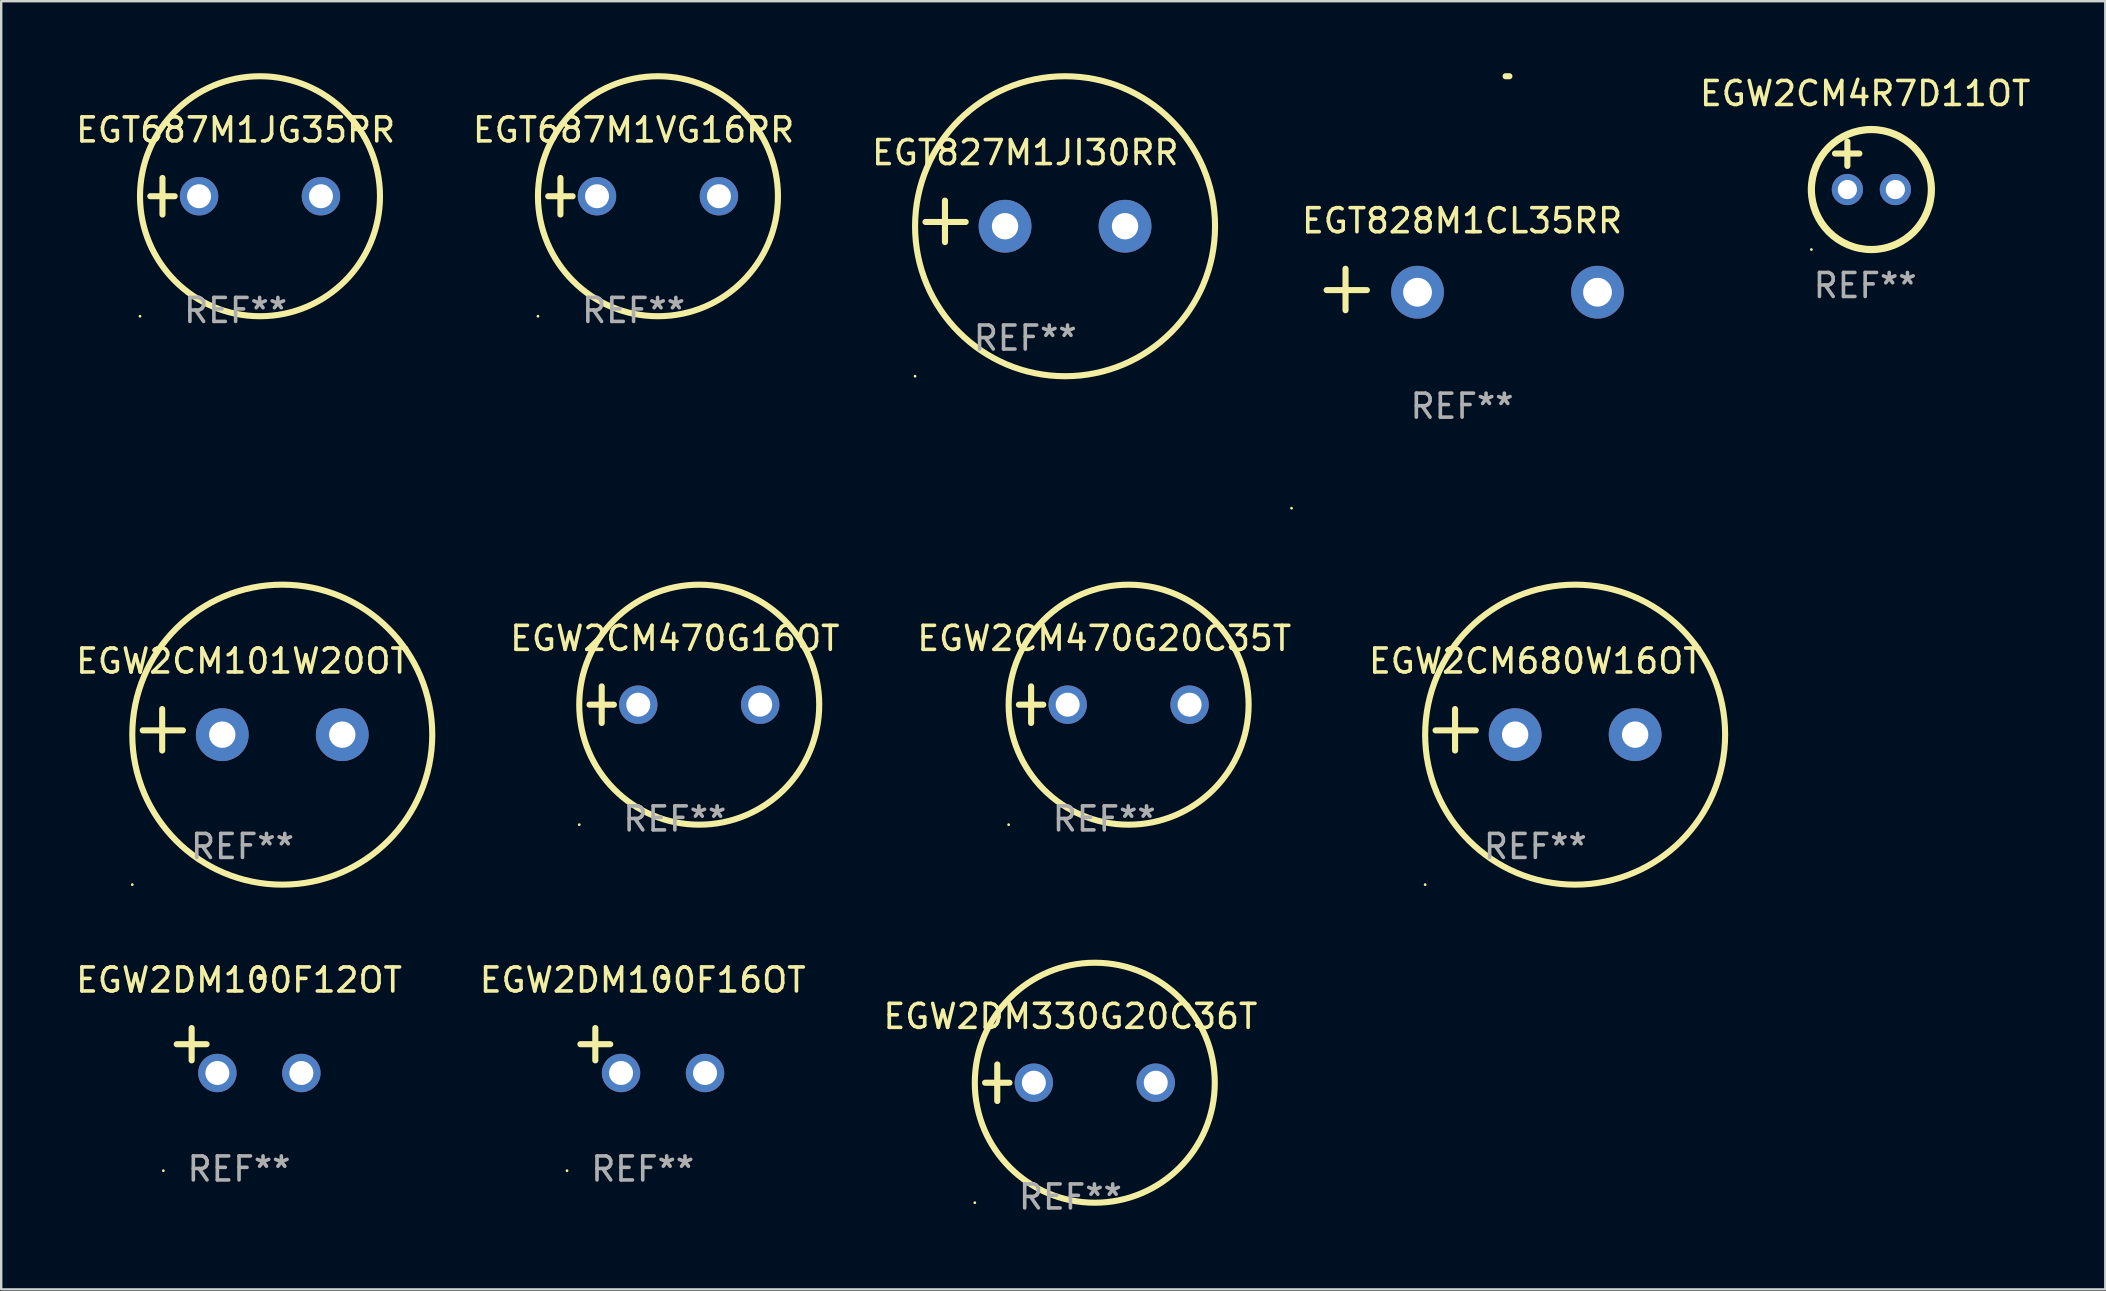
<source format=kicad_pcb>
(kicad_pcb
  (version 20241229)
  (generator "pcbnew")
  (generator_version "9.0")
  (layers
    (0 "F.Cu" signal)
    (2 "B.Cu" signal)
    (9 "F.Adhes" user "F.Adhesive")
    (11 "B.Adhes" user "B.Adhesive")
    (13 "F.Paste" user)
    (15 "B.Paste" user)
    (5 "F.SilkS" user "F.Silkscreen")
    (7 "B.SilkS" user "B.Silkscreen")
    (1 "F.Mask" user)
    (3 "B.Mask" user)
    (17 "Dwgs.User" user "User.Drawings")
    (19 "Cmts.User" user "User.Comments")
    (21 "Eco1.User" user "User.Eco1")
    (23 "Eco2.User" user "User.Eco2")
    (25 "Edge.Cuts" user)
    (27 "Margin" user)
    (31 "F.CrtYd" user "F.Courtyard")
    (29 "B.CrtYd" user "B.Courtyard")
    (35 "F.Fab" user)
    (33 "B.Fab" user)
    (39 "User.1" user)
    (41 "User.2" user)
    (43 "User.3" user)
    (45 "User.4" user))
  (footprint "EGW2CM4R7D11OT"
    (layer "F.Cu")
    (at 74.672 3.848)
    (property "Reference" "EGW2CM4R7D11OT" (at 0 -3 0) (layer "F.SilkS") (effects (font (size 1 1) (thickness 0.15))))
    (attr through_hole)
    (fp_line (start -1.258 -0.5) (end -0.242 -0.5) (stroke (width 0.254) (type solid)) (layer "F.SilkS"))
    (fp_line (start -0.742 -1) (end -0.742 0.016) (stroke (width 0.254) (type solid)) (layer "F.SilkS"))
    (fp_circle (center -2.242 3.5) (end -2.212 3.5) (stroke (width 0.06) (type solid)) (fill no) (layer "F.SilkS"))
    (fp_circle (center 0.258 1) (end 2.758 1) (stroke (width 0.3) (type solid)) (fill no) (layer "F.SilkS"))
    (fp_text user "REF**" (at 0 5 0) (layer "F.Fab") (effects (font (size 1 1) (thickness 0.15))))
    (pad "1" thru_hole circle (at -0.742 1) (size 1.3 1.3) (drill 0.8) (layers "*.Cu" "*.Mask"))
    (pad "2" thru_hole circle (at 1.258 1) (size 1.3 1.3) (drill 0.8) (layers "*.Cu" "*.Mask")))
  (footprint "EGW2CM101W20OT"
    (layer "F.Cu")
    (at 7.054 27.36)
    (property "Reference" "EGW2CM101W20OT" (at 0 -2.864 0) (layer "F.SilkS") (effects (font (size 1 1) (thickness 0.15))))
    (attr through_hole)
    (fp_line (start -3.346 0.864) (end -3.346 -0.864) (stroke (width 0.254) (type solid)) (layer "F.SilkS"))
    (fp_line (start -2.482 0.025) (end -4.158 0.025) (stroke (width 0.254) (type solid)) (layer "F.SilkS"))
    (fp_circle (center -4.592 6.453) (end -4.562 6.453) (stroke (width 0.06) (type solid)) (fill no) (layer "F.SilkS"))
    (fp_circle (center 1.658 0.203) (end 7.908 0.203) (stroke (width 0.254) (type solid)) (fill no) (layer "F.SilkS"))
    (fp_text user "REF**" (at 0 4.864 0) (layer "F.Fab") (effects (font (size 1 1) (thickness 0.15))))
    (pad "1" thru_hole circle (at -0.842 0.203) (size 2.2 2.2) (drill 1.1) (layers "*.Cu" "*.Mask"))
    (pad "2" thru_hole circle (at 4.158 0.203) (size 2.2 2.2) (drill 1.1) (layers "*.Cu" "*.Mask")))
  (footprint "EGW2DM100F16OT"
    (layer "F.Cu")
    (at 23.732 40.725)
    (property "Reference" "EGW2DM100F16OT" (at 0 -2.937 0) (layer "F.SilkS") (effects (font (size 1 1) (thickness 0.15))))
    (attr through_hole)
    (fp_line (start -1.975 0.41) (end -1.975 -0.937) (stroke (width 0.254) (type solid)) (layer "F.SilkS"))
    (fp_line (start -1.353 -0.263) (end -2.597 -0.263) (stroke (width 0.254) (type solid)) (layer "F.SilkS"))
    (fp_arc (start 0.849809 -3.063957) (mid 0.885369 -3.064114) (end 0.920929 -3.063957) (stroke (width 0.254001) (type solid)) (layer "F.SilkS"))
    (fp_circle (center -3.154 5.008) (end -3.124 5.008) (stroke (width 0.06) (type solid)) (fill no) (layer "F.SilkS"))
    (fp_text user "REF**" (at 0 4.937 0) (layer "F.Fab") (effects (font (size 1 1) (thickness 0.15))))
    (pad "1" thru_hole circle (at -0.903 0.937) (size 1.6 1.6) (drill 1) (layers "*.Cu" "*.Mask"))
    (pad "2" thru_hole circle (at 2.597 0.937) (size 1.6 1.6) (drill 1) (layers "*.Cu" "*.Mask")))
  (footprint "EGW2CM680W16OT"
    (layer "F.Cu")
    (at 60.928 27.36)
    (property "Reference" "EGW2CM680W16OT" (at 0 -2.864 0) (layer "F.SilkS") (effects (font (size 1 1) (thickness 0.15))))
    (attr through_hole)
    (fp_line (start -3.346 0.864) (end -3.346 -0.864) (stroke (width 0.254) (type solid)) (layer "F.SilkS"))
    (fp_line (start -2.482 0.025) (end -4.158 0.025) (stroke (width 0.254) (type solid)) (layer "F.SilkS"))
    (fp_circle (center -4.592 6.453) (end -4.562 6.453) (stroke (width 0.06) (type solid)) (fill no) (layer "F.SilkS"))
    (fp_circle (center 1.658 0.203) (end 7.908 0.203) (stroke (width 0.254) (type solid)) (fill no) (layer "F.SilkS"))
    (fp_text user "REF**" (at 0 4.864 0) (layer "F.Fab") (effects (font (size 1 1) (thickness 0.15))))
    (pad "1" thru_hole circle (at -0.842 0.203) (size 2.2 2.2) (drill 1.1) (layers "*.Cu" "*.Mask"))
    (pad "2" thru_hole circle (at 4.158 0.203) (size 2.2 2.2) (drill 1.1) (layers "*.Cu" "*.Mask")))
  (footprint "EGT687M1VG16RR"
    (layer "F.Cu")
    (at 23.351 5.127)
    (property "Reference" "EGT687M1VG16RR" (at 0 -2.762 0) (layer "F.SilkS") (effects (font (size 1 1) (thickness 0.15))))
    (attr through_hole)
    (fp_line (start -3.556 0) (end -2.54 0) (stroke (width 0.254) (type solid)) (layer "F.SilkS"))
    (fp_line (start -3.048 -0.762) (end -3.048 0.762) (stroke (width 0.254) (type solid)) (layer "F.SilkS"))
    (fp_circle (center -3.984 5) (end -3.954 5) (stroke (width 0.06) (type solid)) (fill no) (layer "F.SilkS"))
    (fp_circle (center 1.016 0) (end 6.016 0) (stroke (width 0.254) (type solid)) (fill no) (layer "F.SilkS"))
    (fp_text user "REF**" (at 0 4.762 0) (layer "F.Fab") (effects (font (size 1 1) (thickness 0.15))))
    (pad "1" thru_hole circle (at -1.524 0) (size 1.6 1.6) (drill 1) (layers "*.Cu" "*.Mask"))
    (pad "2" thru_hole circle (at 3.556 0) (size 1.6 1.6) (drill 1) (layers "*.Cu" "*.Mask")))
  (footprint "EGW2DM330G20C36T"
    (layer "F.Cu")
    (at 41.554 42.067)
    (property "Reference" "EGW2DM330G20C36T" (at 0 -2.762 0) (layer "F.SilkS") (effects (font (size 1 1) (thickness 0.15))))
    (attr through_hole)
    (fp_line (start -3.556 0) (end -2.54 0) (stroke (width 0.254) (type solid)) (layer "F.SilkS"))
    (fp_line (start -3.048 -0.762) (end -3.048 0.762) (stroke (width 0.254) (type solid)) (layer "F.SilkS"))
    (fp_circle (center -3.984 5) (end -3.954 5) (stroke (width 0.06) (type solid)) (fill no) (layer "F.SilkS"))
    (fp_circle (center 1.016 0) (end 6.016 0) (stroke (width 0.254) (type solid)) (fill no) (layer "F.SilkS"))
    (fp_text user "REF**" (at 0 4.762 0) (layer "F.Fab") (effects (font (size 1 1) (thickness 0.15))))
    (pad "1" thru_hole circle (at -1.524 0) (size 1.6 1.6) (drill 1) (layers "*.Cu" "*.Mask"))
    (pad "2" thru_hole circle (at 3.556 0) (size 1.6 1.6) (drill 1) (layers "*.Cu" "*.Mask")))
  (footprint "EGW2CM470G16OT"
    (layer "F.Cu")
    (at 25.071 26.314)
    (property "Reference" "EGW2CM470G16OT" (at 0 -2.762 0) (layer "F.SilkS") (effects (font (size 1 1) (thickness 0.15))))
    (attr through_hole)
    (fp_line (start -3.556 0) (end -2.54 0) (stroke (width 0.254) (type solid)) (layer "F.SilkS"))
    (fp_line (start -3.048 -0.762) (end -3.048 0.762) (stroke (width 0.254) (type solid)) (layer "F.SilkS"))
    (fp_circle (center -3.984 5) (end -3.954 5) (stroke (width 0.06) (type solid)) (fill no) (layer "F.SilkS"))
    (fp_circle (center 1.016 0) (end 6.016 0) (stroke (width 0.254) (type solid)) (fill no) (layer "F.SilkS"))
    (fp_text user "REF**" (at 0 4.762 0) (layer "F.Fab") (effects (font (size 1 1) (thickness 0.15))))
    (pad "1" thru_hole circle (at -1.524 0) (size 1.6 1.6) (drill 1) (layers "*.Cu" "*.Mask"))
    (pad "2" thru_hole circle (at 3.556 0) (size 1.6 1.6) (drill 1) (layers "*.Cu" "*.Mask")))
  (footprint "EGW2CM470G20C35T"
    (layer "F.Cu")
    (at 42.964 26.314)
    (property "Reference" "EGW2CM470G20C35T" (at 0 -2.762 0) (layer "F.SilkS") (effects (font (size 1 1) (thickness 0.15))))
    (attr through_hole)
    (fp_line (start -3.556 0) (end -2.54 0) (stroke (width 0.254) (type solid)) (layer "F.SilkS"))
    (fp_line (start -3.048 -0.762) (end -3.048 0.762) (stroke (width 0.254) (type solid)) (layer "F.SilkS"))
    (fp_circle (center -3.984 5) (end -3.954 5) (stroke (width 0.06) (type solid)) (fill no) (layer "F.SilkS"))
    (fp_circle (center 1.016 0) (end 6.016 0) (stroke (width 0.254) (type solid)) (fill no) (layer "F.SilkS"))
    (fp_text user "REF**" (at 0 4.762 0) (layer "F.Fab") (effects (font (size 1 1) (thickness 0.15))))
    (pad "1" thru_hole circle (at -1.524 0) (size 1.6 1.6) (drill 1) (layers "*.Cu" "*.Mask"))
    (pad "2" thru_hole circle (at 3.556 0) (size 1.6 1.6) (drill 1) (layers "*.Cu" "*.Mask")))
  (footprint "EGW2DM100F12OT"
    (layer "F.Cu")
    (at 6.911 40.725)
    (property "Reference" "EGW2DM100F12OT" (at 0 -2.937 0) (layer "F.SilkS") (effects (font (size 1 1) (thickness 0.15))))
    (attr through_hole)
    (fp_line (start -1.975 0.41) (end -1.975 -0.937) (stroke (width 0.254) (type solid)) (layer "F.SilkS"))
    (fp_line (start -1.353 -0.263) (end -2.597 -0.263) (stroke (width 0.254) (type solid)) (layer "F.SilkS"))
    (fp_arc (start 0.849809 -3.063957) (mid 0.885369 -3.064114) (end 0.920929 -3.063957) (stroke (width 0.254001) (type solid)) (layer "F.SilkS"))
    (fp_circle (center -3.154 5.008) (end -3.124 5.008) (stroke (width 0.06) (type solid)) (fill no) (layer "F.SilkS"))
    (fp_text user "REF**" (at 0 4.937 0) (layer "F.Fab") (effects (font (size 1 1) (thickness 0.15))))
    (pad "1" thru_hole circle (at -0.903 0.937) (size 1.6 1.6) (drill 1) (layers "*.Cu" "*.Mask"))
    (pad "2" thru_hole circle (at 2.597 0.937) (size 1.6 1.6) (drill 1) (layers "*.Cu" "*.Mask")))
  (footprint "EGT828M1CL35RR"
    (layer "F.Cu")
    (at 57.874 9.013)
    (property "Reference" "EGT828M1CL35RR" (at 0 -2.864 0) (layer "F.SilkS") (effects (font (size 1 1) (thickness 0.15))))
    (attr through_hole)
    (fp_line (start -4.856 0.864) (end -4.856 -0.864) (stroke (width 0.254) (type solid)) (layer "F.SilkS"))
    (fp_line (start -3.967 0.025) (end -5.644 0.025) (stroke (width 0.254) (type solid)) (layer "F.SilkS"))
    (fp_arc (start 1.815024 -8.885649) (mid 1.893764 -8.88599) (end 1.972504 -8.885649) (stroke (width 0.254001) (type solid)) (layer "F.SilkS"))
    (fp_circle (center -7.106 9.114) (end -7.076 9.114) (stroke (width 0.06) (type solid)) (fill no) (layer "F.SilkS"))
    (fp_text user "REF**" (at 0 4.864 0) (layer "F.Fab") (effects (font (size 1 1) (thickness 0.15))))
    (pad "1" thru_hole circle (at -1.856 0.114) (size 2.2 2.2) (drill 1.2) (layers "*.Cu" "*.Mask"))
    (pad "2" thru_hole circle (at 5.644 0.114) (size 2.2 2.2) (drill 1.2) (layers "*.Cu" "*.Mask")))
  (footprint "EGT687M1JG35RR"
    (layer "F.Cu")
    (at 6.768 5.127)
    (property "Reference" "EGT687M1JG35RR" (at 0 -2.762 0) (layer "F.SilkS") (effects (font (size 1 1) (thickness 0.15))))
    (attr through_hole)
    (fp_line (start -3.556 0) (end -2.54 0) (stroke (width 0.254) (type solid)) (layer "F.SilkS"))
    (fp_line (start -3.048 -0.762) (end -3.048 0.762) (stroke (width 0.254) (type solid)) (layer "F.SilkS"))
    (fp_circle (center -3.984 5) (end -3.954 5) (stroke (width 0.06) (type solid)) (fill no) (layer "F.SilkS"))
    (fp_circle (center 1.016 0) (end 6.016 0) (stroke (width 0.254) (type solid)) (fill no) (layer "F.SilkS"))
    (fp_text user "REF**" (at 0 4.762 0) (layer "F.Fab") (effects (font (size 1 1) (thickness 0.15))))
    (pad "1" thru_hole circle (at -1.524 0) (size 1.6 1.6) (drill 1) (layers "*.Cu" "*.Mask"))
    (pad "2" thru_hole circle (at 3.556 0) (size 1.6 1.6) (drill 1) (layers "*.Cu" "*.Mask")))
  (footprint "EGT827M1JI30RR"
    (layer "F.Cu")
    (at 39.673 6.174)
    (property "Reference" "EGT827M1JI30RR" (at 0 -2.864 0) (layer "F.SilkS") (effects (font (size 1 1) (thickness 0.15))))
    (attr through_hole)
    (fp_line (start -3.346 0.864) (end -3.346 -0.864) (stroke (width 0.254) (type solid)) (layer "F.SilkS"))
    (fp_line (start -2.482 0.025) (end -4.158 0.025) (stroke (width 0.254) (type solid)) (layer "F.SilkS"))
    (fp_circle (center -4.592 6.453) (end -4.562 6.453) (stroke (width 0.06) (type solid)) (fill no) (layer "F.SilkS"))
    (fp_circle (center 1.658 0.203) (end 7.908 0.203) (stroke (width 0.254) (type solid)) (fill no) (layer "F.SilkS"))
    (fp_text user "REF**" (at 0 4.864 0) (layer "F.Fab") (effects (font (size 1 1) (thickness 0.15))))
    (pad "1" thru_hole circle (at -0.842 0.203) (size 2.2 2.2) (drill 1.1) (layers "*.Cu" "*.Mask"))
    (pad "2" thru_hole circle (at 4.158 0.203) (size 2.2 2.2) (drill 1.1) (layers "*.Cu" "*.Mask")))
  (gr_rect
    (start -3 -3)
    (end 84.678 50.678)
    (stroke (width 0.1) (type default))
    (fill no)
    (layer "Edge.Cuts")))
</source>
